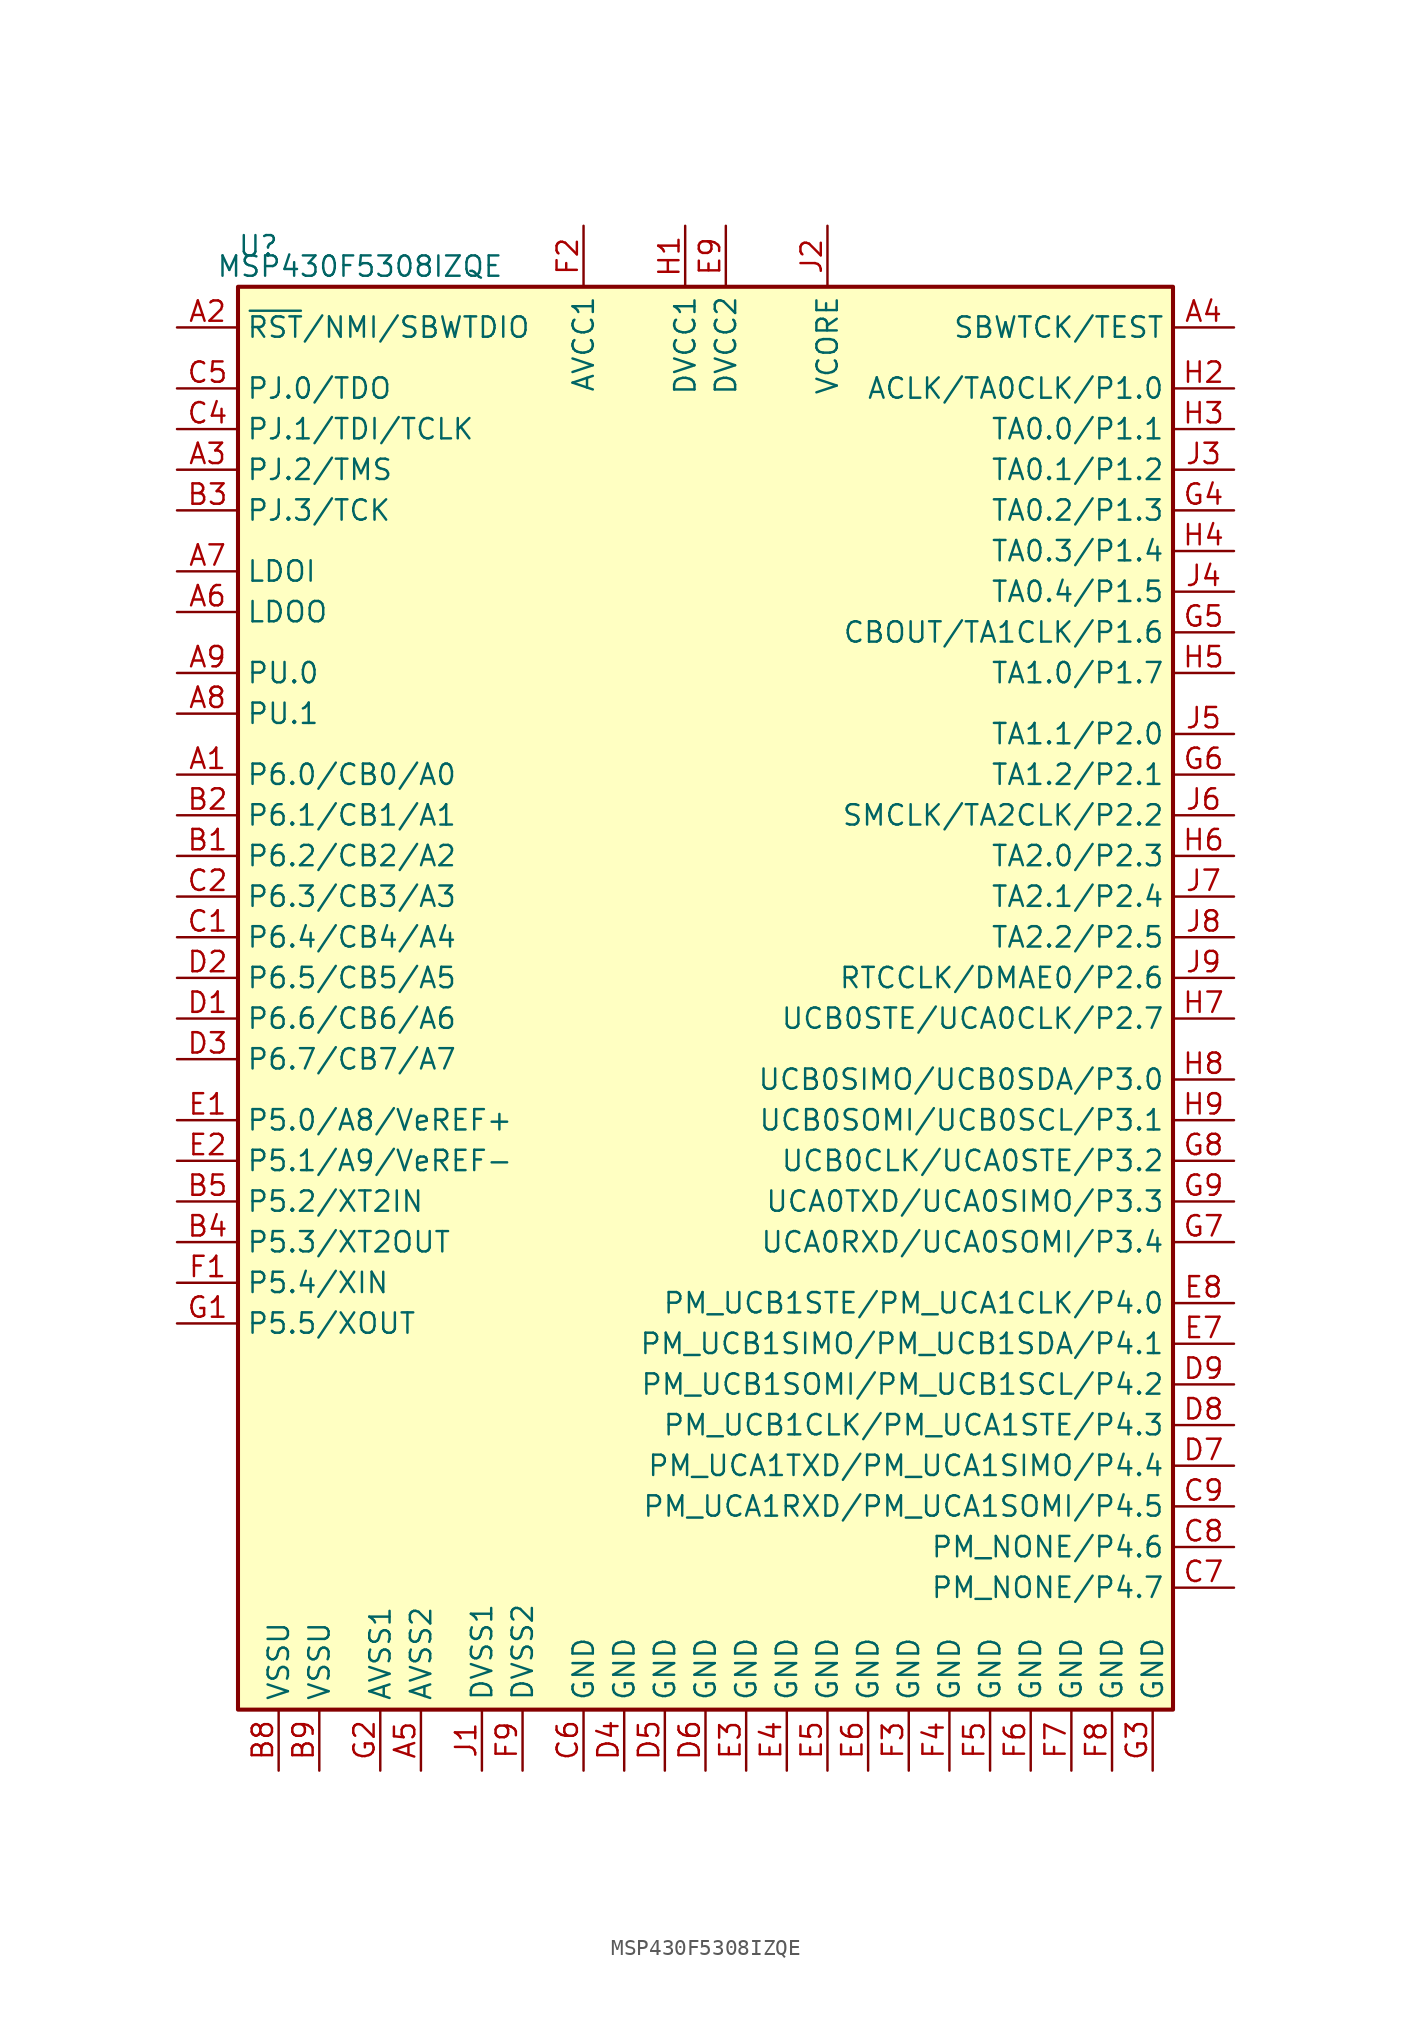
<source format=kicad_sym>
(kicad_symbol_lib
  (version 20201005)
  (generator kicad_symbol_editor)
  (symbol "MSP430F5308IZQE"
    (property "Reference" "U"
      (at -27.94 46.99 0)
      (effects (font (size 1.27 1.27))))
    (property "Value" "MSP430F5308IZQE"
      (at -21.59 45.72 0)
      (effects (font (size 1.27 1.27))))
    (symbol "MSP430F5308IZQE_0_1"
      (rectangle (start -29.21 44.45) (end 29.21 -44.45) (stroke (width 0.254)) (fill (type background))))
    (symbol "MSP430F5308IZQE_1_1"
      (pin bidirectional line (at -33.02 13.97 0) (length 3.81) (name "P6.0/CB0/A0" (effects (font (size 1.27 1.27)))) (number "A1" (effects (font (size 1.27 1.27)))))
      (pin input line (at -33.02 41.91 0) (length 3.81) (name "~RST~/NMI/SBWTDIO" (effects (font (size 1.27 1.27)))) (number "A2" (effects (font (size 1.27 1.27)))))
      (pin bidirectional line (at -33.02 33.02 0) (length 3.81) (name "PJ.2/TMS" (effects (font (size 1.27 1.27)))) (number "A3" (effects (font (size 1.27 1.27)))))
      (pin input line (at 33.02 41.91 180) (length 3.81) (name "SBWTCK/TEST" (effects (font (size 1.27 1.27)))) (number "A4" (effects (font (size 1.27 1.27)))))
      (pin power_in line (at -17.78 -48.26 90) (length 3.81) (name "AVSS2" (effects (font (size 1.27 1.27)))) (number "A5" (effects (font (size 1.27 1.27)))))
      (pin power_out line (at -33.02 24.13 0) (length 3.81) (name "LDOO" (effects (font (size 1.27 1.27)))) (number "A6" (effects (font (size 1.27 1.27)))))
      (pin power_in line (at -33.02 26.67 0) (length 3.81) (name "LDOI" (effects (font (size 1.27 1.27)))) (number "A7" (effects (font (size 1.27 1.27)))))
      (pin bidirectional line (at -33.02 17.78 0) (length 3.81) (name "PU.1" (effects (font (size 1.27 1.27)))) (number "A8" (effects (font (size 1.27 1.27)))))
      (pin bidirectional line (at -33.02 20.32 0) (length 3.81) (name "PU.0" (effects (font (size 1.27 1.27)))) (number "A9" (effects (font (size 1.27 1.27)))))
      (pin bidirectional line (at -33.02 8.89 0) (length 3.81) (name "P6.2/CB2/A2" (effects (font (size 1.27 1.27)))) (number "B1" (effects (font (size 1.27 1.27)))))
      (pin bidirectional line (at -33.02 11.43 0) (length 3.81) (name "P6.1/CB1/A1" (effects (font (size 1.27 1.27)))) (number "B2" (effects (font (size 1.27 1.27)))))
      (pin bidirectional line (at -33.02 30.48 0) (length 3.81) (name "PJ.3/TCK" (effects (font (size 1.27 1.27)))) (number "B3" (effects (font (size 1.27 1.27)))))
      (pin bidirectional line (at -33.02 -15.24 0) (length 3.81) (name "P5.3/XT2OUT" (effects (font (size 1.27 1.27)))) (number "B4" (effects (font (size 1.27 1.27)))))
      (pin bidirectional line (at -33.02 -12.7 0) (length 3.81) (name "P5.2/XT2IN" (effects (font (size 1.27 1.27)))) (number "B5" (effects (font (size 1.27 1.27)))))
      (pin power_in line (at -26.67 -48.26 90) (length 3.81) (name "VSSU" (effects (font (size 1.27 1.27)))) (number "B8" (effects (font (size 1.27 1.27)))))
      (pin power_in line (at -24.13 -48.26 90) (length 3.81) (name "VSSU" (effects (font (size 1.27 1.27)))) (number "B9" (effects (font (size 1.27 1.27)))))
      (pin bidirectional line (at -33.02 3.81 0) (length 3.81) (name "P6.4/CB4/A4" (effects (font (size 1.27 1.27)))) (number "C1" (effects (font (size 1.27 1.27)))))
      (pin bidirectional line (at -33.02 6.35 0) (length 3.81) (name "P6.3/CB3/A3" (effects (font (size 1.27 1.27)))) (number "C2" (effects (font (size 1.27 1.27)))))
      (pin bidirectional line (at -33.02 35.56 0) (length 3.81) (name "PJ.1/TDI/TCLK" (effects (font (size 1.27 1.27)))) (number "C4" (effects (font (size 1.27 1.27)))))
      (pin bidirectional line (at -33.02 38.1 0) (length 3.81) (name "PJ.0/TDO" (effects (font (size 1.27 1.27)))) (number "C5" (effects (font (size 1.27 1.27)))))
      (pin power_in line (at -7.62 -48.26 90) (length 3.81) (name "GND" (effects (font (size 1.27 1.27)))) (number "C6" (effects (font (size 1.27 1.27)))))
      (pin bidirectional line (at 33.02 -36.83 180) (length 3.81) (name "PM_NONE/P4.7" (effects (font (size 1.27 1.27)))) (number "C7" (effects (font (size 1.27 1.27)))))
      (pin bidirectional line (at 33.02 -34.29 180) (length 3.81) (name "PM_NONE/P4.6" (effects (font (size 1.27 1.27)))) (number "C8" (effects (font (size 1.27 1.27)))))
      (pin bidirectional line (at 33.02 -31.75 180) (length 3.81) (name "PM_UCA1RXD/PM_UCA1SOMI/P4.5" (effects (font (size 1.27 1.27)))) (number "C9" (effects (font (size 1.27 1.27)))))
      (pin bidirectional line (at -33.02 -1.27 0) (length 3.81) (name "P6.6/CB6/A6" (effects (font (size 1.27 1.27)))) (number "D1" (effects (font (size 1.27 1.27)))))
      (pin bidirectional line (at -33.02 1.27 0) (length 3.81) (name "P6.5/CB5/A5" (effects (font (size 1.27 1.27)))) (number "D2" (effects (font (size 1.27 1.27)))))
      (pin bidirectional line (at -33.02 -3.81 0) (length 3.81) (name "P6.7/CB7/A7" (effects (font (size 1.27 1.27)))) (number "D3" (effects (font (size 1.27 1.27)))))
      (pin power_in line (at -5.08 -48.26 90) (length 3.81) (name "GND" (effects (font (size 1.27 1.27)))) (number "D4" (effects (font (size 1.27 1.27)))))
      (pin power_in line (at -2.54 -48.26 90) (length 3.81) (name "GND" (effects (font (size 1.27 1.27)))) (number "D5" (effects (font (size 1.27 1.27)))))
      (pin power_in line (at 0 -48.26 90) (length 3.81) (name "GND" (effects (font (size 1.27 1.27)))) (number "D6" (effects (font (size 1.27 1.27)))))
      (pin bidirectional line (at 33.02 -29.21 180) (length 3.81) (name "PM_UCA1TXD/PM_UCA1SIMO/P4.4" (effects (font (size 1.27 1.27)))) (number "D7" (effects (font (size 1.27 1.27)))))
      (pin bidirectional line (at 33.02 -26.67 180) (length 3.81) (name "PM_UCB1CLK/PM_UCA1STE/P4.3" (effects (font (size 1.27 1.27)))) (number "D8" (effects (font (size 1.27 1.27)))))
      (pin bidirectional line (at 33.02 -24.13 180) (length 3.81) (name "PM_UCB1SOMI/PM_UCB1SCL/P4.2" (effects (font (size 1.27 1.27)))) (number "D9" (effects (font (size 1.27 1.27)))))
      (pin bidirectional line (at -33.02 -7.62 0) (length 3.81) (name "P5.0/A8/VeREF+" (effects (font (size 1.27 1.27)))) (number "E1" (effects (font (size 1.27 1.27)))))
      (pin bidirectional line (at -33.02 -10.16 0) (length 3.81) (name "P5.1/A9/VeREF-" (effects (font (size 1.27 1.27)))) (number "E2" (effects (font (size 1.27 1.27)))))
      (pin power_in line (at 2.54 -48.26 90) (length 3.81) (name "GND" (effects (font (size 1.27 1.27)))) (number "E3" (effects (font (size 1.27 1.27)))))
      (pin power_in line (at 5.08 -48.26 90) (length 3.81) (name "GND" (effects (font (size 1.27 1.27)))) (number "E4" (effects (font (size 1.27 1.27)))))
      (pin power_in line (at 7.62 -48.26 90) (length 3.81) (name "GND" (effects (font (size 1.27 1.27)))) (number "E5" (effects (font (size 1.27 1.27)))))
      (pin power_in line (at 10.16 -48.26 90) (length 3.81) (name "GND" (effects (font (size 1.27 1.27)))) (number "E6" (effects (font (size 1.27 1.27)))))
      (pin bidirectional line (at 33.02 -21.59 180) (length 3.81) (name "PM_UCB1SIMO/PM_UCB1SDA/P4.1" (effects (font (size 1.27 1.27)))) (number "E7" (effects (font (size 1.27 1.27)))))
      (pin bidirectional line (at 33.02 -19.05 180) (length 3.81) (name "PM_UCB1STE/PM_UCA1CLK/P4.0" (effects (font (size 1.27 1.27)))) (number "E8" (effects (font (size 1.27 1.27)))))
      (pin power_in line (at 1.27 48.26 270) (length 3.81) (name "DVCC2" (effects (font (size 1.27 1.27)))) (number "E9" (effects (font (size 1.27 1.27)))))
      (pin bidirectional line (at -33.02 -17.78 0) (length 3.81) (name "P5.4/XIN" (effects (font (size 1.27 1.27)))) (number "F1" (effects (font (size 1.27 1.27)))))
      (pin power_in line (at -7.62 48.26 270) (length 3.81) (name "AVCC1" (effects (font (size 1.27 1.27)))) (number "F2" (effects (font (size 1.27 1.27)))))
      (pin power_in line (at 12.7 -48.26 90) (length 3.81) (name "GND" (effects (font (size 1.27 1.27)))) (number "F3" (effects (font (size 1.27 1.27)))))
      (pin power_in line (at 15.24 -48.26 90) (length 3.81) (name "GND" (effects (font (size 1.27 1.27)))) (number "F4" (effects (font (size 1.27 1.27)))))
      (pin power_in line (at 17.78 -48.26 90) (length 3.81) (name "GND" (effects (font (size 1.27 1.27)))) (number "F5" (effects (font (size 1.27 1.27)))))
      (pin power_in line (at 20.32 -48.26 90) (length 3.81) (name "GND" (effects (font (size 1.27 1.27)))) (number "F6" (effects (font (size 1.27 1.27)))))
      (pin power_in line (at 22.86 -48.26 90) (length 3.81) (name "GND" (effects (font (size 1.27 1.27)))) (number "F7" (effects (font (size 1.27 1.27)))))
      (pin power_in line (at 25.4 -48.26 90) (length 3.81) (name "GND" (effects (font (size 1.27 1.27)))) (number "F8" (effects (font (size 1.27 1.27)))))
      (pin power_in line (at -11.43 -48.26 90) (length 3.81) (name "DVSS2" (effects (font (size 1.27 1.27)))) (number "F9" (effects (font (size 1.27 1.27)))))
      (pin bidirectional line (at -33.02 -20.32 0) (length 3.81) (name "P5.5/XOUT" (effects (font (size 1.27 1.27)))) (number "G1" (effects (font (size 1.27 1.27)))))
      (pin power_in line (at -20.32 -48.26 90) (length 3.81) (name "AVSS1" (effects (font (size 1.27 1.27)))) (number "G2" (effects (font (size 1.27 1.27)))))
      (pin power_in line (at 27.94 -48.26 90) (length 3.81) (name "GND" (effects (font (size 1.27 1.27)))) (number "G3" (effects (font (size 1.27 1.27)))))
      (pin bidirectional line (at 33.02 30.48 180) (length 3.81) (name "TA0.2/P1.3" (effects (font (size 1.27 1.27)))) (number "G4" (effects (font (size 1.27 1.27)))))
      (pin bidirectional line (at 33.02 22.86 180) (length 3.81) (name "CBOUT/TA1CLK/P1.6" (effects (font (size 1.27 1.27)))) (number "G5" (effects (font (size 1.27 1.27)))))
      (pin bidirectional line (at 33.02 13.97 180) (length 3.81) (name "TA1.2/P2.1" (effects (font (size 1.27 1.27)))) (number "G6" (effects (font (size 1.27 1.27)))))
      (pin bidirectional line (at 33.02 -15.24 180) (length 3.81) (name "UCA0RXD/UCA0SOMI/P3.4" (effects (font (size 1.27 1.27)))) (number "G7" (effects (font (size 1.27 1.27)))))
      (pin bidirectional line (at 33.02 -10.16 180) (length 3.81) (name "UCB0CLK/UCA0STE/P3.2" (effects (font (size 1.27 1.27)))) (number "G8" (effects (font (size 1.27 1.27)))))
      (pin bidirectional line (at 33.02 -12.7 180) (length 3.81) (name "UCA0TXD/UCA0SIMO/P3.3" (effects (font (size 1.27 1.27)))) (number "G9" (effects (font (size 1.27 1.27)))))
      (pin power_in line (at -1.27 48.26 270) (length 3.81) (name "DVCC1" (effects (font (size 1.27 1.27)))) (number "H1" (effects (font (size 1.27 1.27)))))
      (pin bidirectional line (at 33.02 38.1 180) (length 3.81) (name "ACLK/TA0CLK/P1.0" (effects (font (size 1.27 1.27)))) (number "H2" (effects (font (size 1.27 1.27)))))
      (pin bidirectional line (at 33.02 35.56 180) (length 3.81) (name "TA0.0/P1.1" (effects (font (size 1.27 1.27)))) (number "H3" (effects (font (size 1.27 1.27)))))
      (pin bidirectional line (at 33.02 27.94 180) (length 3.81) (name "TA0.3/P1.4" (effects (font (size 1.27 1.27)))) (number "H4" (effects (font (size 1.27 1.27)))))
      (pin bidirectional line (at 33.02 20.32 180) (length 3.81) (name "TA1.0/P1.7" (effects (font (size 1.27 1.27)))) (number "H5" (effects (font (size 1.27 1.27)))))
      (pin bidirectional line (at 33.02 8.89 180) (length 3.81) (name "TA2.0/P2.3" (effects (font (size 1.27 1.27)))) (number "H6" (effects (font (size 1.27 1.27)))))
      (pin bidirectional line (at 33.02 -1.27 180) (length 3.81) (name "UCB0STE/UCA0CLK/P2.7" (effects (font (size 1.27 1.27)))) (number "H7" (effects (font (size 1.27 1.27)))))
      (pin bidirectional line (at 33.02 -5.08 180) (length 3.81) (name "UCB0SIMO/UCB0SDA/P3.0" (effects (font (size 1.27 1.27)))) (number "H8" (effects (font (size 1.27 1.27)))))
      (pin bidirectional line (at 33.02 -7.62 180) (length 3.81) (name "UCB0SOMI/UCB0SCL/P3.1" (effects (font (size 1.27 1.27)))) (number "H9" (effects (font (size 1.27 1.27)))))
      (pin power_in line (at -13.97 -48.26 90) (length 3.81) (name "DVSS1" (effects (font (size 1.27 1.27)))) (number "J1" (effects (font (size 1.27 1.27)))))
      (pin bidirectional line (at 7.62 48.26 270) (length 3.81) (name "VCORE" (effects (font (size 1.27 1.27)))) (number "J2" (effects (font (size 1.27 1.27)))))
      (pin bidirectional line (at 33.02 33.02 180) (length 3.81) (name "TA0.1/P1.2" (effects (font (size 1.27 1.27)))) (number "J3" (effects (font (size 1.27 1.27)))))
      (pin bidirectional line (at 33.02 25.4 180) (length 3.81) (name "TA0.4/P1.5" (effects (font (size 1.27 1.27)))) (number "J4" (effects (font (size 1.27 1.27)))))
      (pin bidirectional line (at 33.02 16.51 180) (length 3.81) (name "TA1.1/P2.0" (effects (font (size 1.27 1.27)))) (number "J5" (effects (font (size 1.27 1.27)))))
      (pin bidirectional line (at 33.02 11.43 180) (length 3.81) (name "SMCLK/TA2CLK/P2.2" (effects (font (size 1.27 1.27)))) (number "J6" (effects (font (size 1.27 1.27)))))
      (pin bidirectional line (at 33.02 6.35 180) (length 3.81) (name "TA2.1/P2.4" (effects (font (size 1.27 1.27)))) (number "J7" (effects (font (size 1.27 1.27)))))
      (pin bidirectional line (at 33.02 3.81 180) (length 3.81) (name "TA2.2/P2.5" (effects (font (size 1.27 1.27)))) (number "J8" (effects (font (size 1.27 1.27)))))
      (pin bidirectional line (at 33.02 1.27 180) (length 3.81) (name "RTCCLK/DMAE0/P2.6" (effects (font (size 1.27 1.27)))) (number "J9" (effects (font (size 1.27 1.27))))))))
</source>
